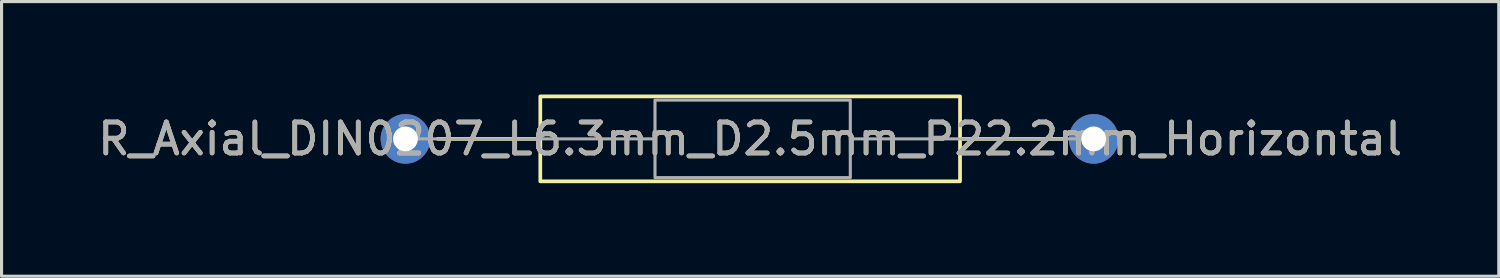
<source format=kicad_pcb>
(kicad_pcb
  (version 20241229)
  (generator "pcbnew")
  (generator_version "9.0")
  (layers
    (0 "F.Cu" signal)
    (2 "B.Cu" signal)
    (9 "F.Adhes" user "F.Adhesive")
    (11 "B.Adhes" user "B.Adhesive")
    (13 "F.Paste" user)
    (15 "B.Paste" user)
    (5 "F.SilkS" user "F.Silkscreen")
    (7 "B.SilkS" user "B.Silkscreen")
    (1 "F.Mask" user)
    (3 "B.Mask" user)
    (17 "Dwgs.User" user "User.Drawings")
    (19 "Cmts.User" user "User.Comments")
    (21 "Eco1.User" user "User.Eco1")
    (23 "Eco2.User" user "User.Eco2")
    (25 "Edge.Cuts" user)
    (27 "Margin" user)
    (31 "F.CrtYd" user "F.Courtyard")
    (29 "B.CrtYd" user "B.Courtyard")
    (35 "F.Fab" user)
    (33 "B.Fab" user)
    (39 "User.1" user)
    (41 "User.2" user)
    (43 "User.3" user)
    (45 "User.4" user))
  (footprint "R_Axial_DIN0207_L6.3mm_D2.5mm_P22.2mm_Horizontal"
    (layer "F.Cu")
    (at 10.029 1.43)
    (property "Reference" "R_Axial_DIN0207_L6.3mm_D2.5mm_P22.2mm_Horizontal" (at 11.12 0 0) (layer "F.SilkS") (effects (font (size 1 1) (thickness 0.15))))
    (attr through_hole)
    (fp_line (start 1.04 0) (end 4.35 0) (stroke (width 0.12) (type solid)) (layer "F.SilkS"))
    (fp_line (start 21.2 0) (end 17.89 0) (stroke (width 0.12) (type solid)) (layer "F.SilkS"))
    (fp_rect (start 4.35 -1.37) (end 17.89 1.37) (stroke (width 0.12) (type solid)) (fill no) (layer "F.SilkS"))
    (fp_line (start 0 0) (end 8.05 0) (stroke (width 0.1) (type solid)) (layer "F.Fab"))
    (fp_line (start 22.2 0) (end 14.35 0) (stroke (width 0.1) (type solid)) (layer "F.Fab"))
    (fp_rect (start 8.05 -1.25) (end 14.35 1.25) (stroke (width 0.1) (type solid)) (fill no) (layer "F.Fab"))
    (fp_text user "${REFERENCE}" (at 11.12 0 0) (layer "F.Fab") (effects (font (size 1 1) (thickness 0.15))))
    (pad "1" thru_hole circle (at 0 0) (size 1.6 1.6) (drill 0.8) (layers "*.Cu" "*.Mask"))
    (pad "2" thru_hole circle (at 22.2 0) (size 1.6 1.6) (drill 0.8) (layers "*.Cu" "*.Mask")))
  (gr_rect
    (start -3 -3)
    (end 45.298 5.86)
    (stroke (width 0.1) (type default))
    (fill no)
    (layer "Edge.Cuts")))
</source>
